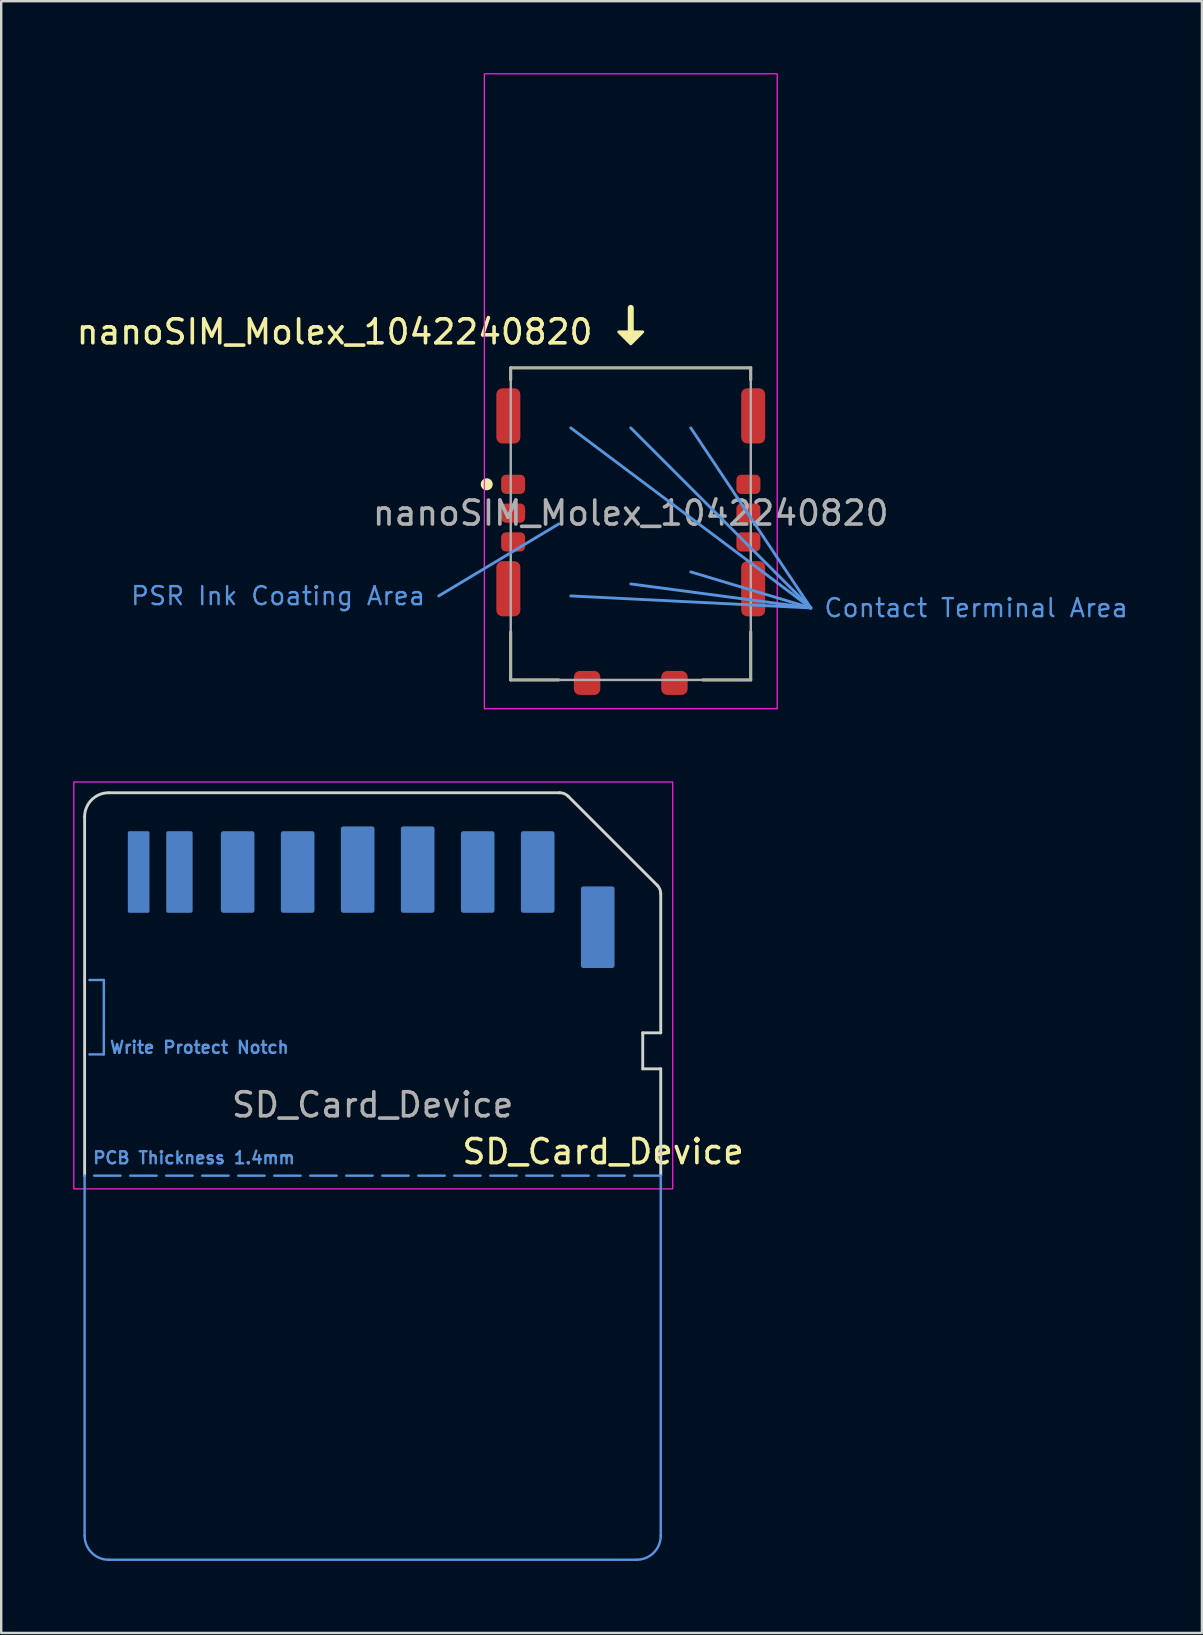
<source format=kicad_pcb>
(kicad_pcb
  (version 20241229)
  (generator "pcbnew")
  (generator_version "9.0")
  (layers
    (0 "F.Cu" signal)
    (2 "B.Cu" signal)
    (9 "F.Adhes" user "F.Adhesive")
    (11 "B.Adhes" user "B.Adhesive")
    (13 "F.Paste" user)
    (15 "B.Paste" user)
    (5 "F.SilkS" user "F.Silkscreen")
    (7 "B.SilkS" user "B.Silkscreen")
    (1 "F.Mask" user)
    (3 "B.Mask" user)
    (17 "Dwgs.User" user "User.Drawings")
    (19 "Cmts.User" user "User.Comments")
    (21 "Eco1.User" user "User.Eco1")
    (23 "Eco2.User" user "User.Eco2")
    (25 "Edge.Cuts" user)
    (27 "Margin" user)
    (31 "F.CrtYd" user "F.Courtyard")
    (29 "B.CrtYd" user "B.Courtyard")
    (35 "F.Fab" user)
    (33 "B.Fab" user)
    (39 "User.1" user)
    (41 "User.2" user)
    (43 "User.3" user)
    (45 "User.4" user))
  (footprint "nanoSIM_Molex_1042240820"
    (layer "F.Cu")
    (at 23.226 18.825)
    (property "Reference" "nanoSIM_Molex_1042240820" (at -1.5 -8.05 0) (unlocked yes) (layer "F.SilkS") (effects (font (size 1 1) (thickness 0.15)) (justify right)))
    (attr smd)
    (fp_line (start -6 -1.7) (end -6 -1.7) (stroke (width 0.5) (type solid)) (layer "F.SilkS"))
    (fp_line (start -5 -6.55) (end -5 -6.05) (stroke (width 0.12) (type solid)) (layer "F.SilkS"))
    (fp_line (start -5 4.45) (end -5 6.45) (stroke (width 0.12) (type solid)) (layer "F.SilkS"))
    (fp_line (start -5 6.45) (end -3 6.45) (stroke (width 0.12) (type solid)) (layer "F.SilkS"))
    (fp_line (start 0 -8.05) (end 0 -9.05) (stroke (width 0.25) (type solid)) (layer "F.SilkS"))
    (fp_line (start 5 -6.55) (end -5 -6.55) (stroke (width 0.12) (type solid)) (layer "F.SilkS"))
    (fp_line (start 5 -6.55) (end 5 -6.05) (stroke (width 0.12) (type solid)) (layer "F.SilkS"))
    (fp_line (start 5 4.45) (end 5 6.45) (stroke (width 0.12) (type solid)) (layer "F.SilkS"))
    (fp_line (start 5 6.45) (end 3 6.45) (stroke (width 0.12) (type solid)) (layer "F.SilkS"))
    (fp_poly (pts (xy -0.5 -8.05) (xy 0.5 -8.05) (xy 0 -7.55)) (stroke (width 0.12) (type solid)) (fill yes) (layer "F.SilkS"))
    (fp_line (start -3 -0.05) (end -8 2.95) (stroke (width 0.12) (type solid)) (layer "Cmts.User"))
    (fp_line (start 2.5 1.95) (end 7.5 3.45) (stroke (width 0.12) (type solid)) (layer "Cmts.User"))
    (fp_line (start 7.5 3.45) (end -2.5 -4.05) (stroke (width 0.12) (type solid)) (layer "Cmts.User"))
    (fp_line (start 7.5 3.45) (end -2.5 2.95) (stroke (width 0.12) (type solid)) (layer "Cmts.User"))
    (fp_line (start 7.5 3.45) (end 0 -4.05) (stroke (width 0.12) (type solid)) (layer "Cmts.User"))
    (fp_line (start 7.5 3.45) (end 0 2.45) (stroke (width 0.12) (type solid)) (layer "Cmts.User"))
    (fp_line (start 7.5 3.45) (end 2.5 -4.05) (stroke (width 0.12) (type solid)) (layer "Cmts.User"))
    (fp_rect (start 6.1 -18.8) (end -6.1 7.65) (stroke (width 0.05) (type solid)) (fill no) (layer "F.CrtYd"))
    (fp_rect (start -5 6.45) (end 5 -6.55) (stroke (width 0.1) (type solid)) (fill no) (layer "F.Fab"))
    (fp_text user "Contact Terminal Area" (at 8 3.45 0) (unlocked yes) (layer "Cmts.User") (effects (font (size 0.75 0.75) (thickness 0.1)) (justify left)))
    (fp_text user "PSR Ink Coating Area" (at -8.5 2.95 0) (unlocked yes) (layer "Cmts.User") (effects (font (size 0.75 0.75) (thickness 0.1)) (justify right)))
    (fp_text user "${REFERENCE}" (at 0 -0.5 0) (unlocked yes) (layer "F.Fab") (effects (font (size 1 1) (thickness 0.15))))
    (pad "MT" smd roundrect (at -1.82 6.575 180) (size 1.1 1) (layers "F.Cu" "F.Mask" "F.Paste") (roundrect_rratio 0.25))
    (pad "MT" smd roundrect (at 1.82 6.575 180) (size 1.1 1) (layers "F.Cu" "F.Mask" "F.Paste") (roundrect_rratio 0.25))
    (pad "S1" smd roundrect (at -4.9 -1.7 180) (size 1 0.8) (layers "F.Cu" "F.Mask" "F.Paste") (roundrect_rratio 0.25))
    (pad "S2" smd roundrect (at -4.9 -0.5 180) (size 1 0.8) (layers "F.Cu" "F.Mask" "F.Paste") (roundrect_rratio 0.25))
    (pad "S3" smd roundrect (at 4.9 -1.7 180) (size 1 0.8) (layers "F.Cu" "F.Mask" "F.Paste") (roundrect_rratio 0.25))
    (pad "S4" smd roundrect (at -4.9 0.7 180) (size 1 0.8) (layers "F.Cu" "F.Mask" "F.Paste") (roundrect_rratio 0.25))
    (pad "S5" smd roundrect (at 4.9 -0.5 180) (size 1 0.8) (layers "F.Cu" "F.Mask" "F.Paste") (roundrect_rratio 0.25))
    (pad "S6" smd roundrect (at 4.9 0.7 180) (size 1 0.8) (layers "F.Cu" "F.Mask" "F.Paste") (roundrect_rratio 0.25))
    (pad "SH" smd roundrect (at -5.1 -4.55 180) (size 1 2.3) (layers "F.Cu" "F.Mask" "F.Paste") (roundrect_rratio 0.25))
    (pad "SH" smd roundrect (at -5.1 2.65 180) (size 1 2.3) (layers "F.Cu" "F.Mask" "F.Paste") (roundrect_rratio 0.25))
    (pad "SH" smd roundrect (at 5.1 -4.55 180) (size 1 2.3) (layers "F.Cu" "F.Mask" "F.Paste") (roundrect_rratio 0.25))
    (pad "SH" smd roundrect (at 5.1 2.65 180) (size 1 2.3) (layers "F.Cu" "F.Mask" "F.Paste") (roundrect_rratio 0.25))
    (zone (net_name "") (layer "F.Cu") (hatch edge 0.508) (connect_pads) (min_thickness 0.254) (filled_areas_thickness no) (keepout (tracks not_allowed) (vias not_allowed) (pads not_allowed) (copperpour not_allowed) (footprints not_allowed)) (placement (enabled no)) (fill) (polygon (pts (xy 20.086 13.125) (xy 21.286 13.125) (xy 21.286 16.025) (xy 20.086 16.025))))
    (zone (net_name "") (layer "F.Cu") (name "SIM Contact Terminal") (hatch edge 0.508) (connect_pads) (min_thickness 0.254) (filled_areas_thickness no) (keepout (tracks not_allowed) (vias not_allowed) (pads not_allowed) (copperpour not_allowed) (footprints not_allowed)) (placement (enabled no)) (fill) (polygon (pts (xy 20.086 20.425) (xy 21.286 20.425) (xy 21.286 23.525) (xy 20.086 23.525))))
    (zone (net_name "") (layer "F.Cu") (hatch edge 0.508) (connect_pads) (min_thickness 0.254) (filled_areas_thickness no) (keepout (tracks not_allowed) (vias not_allowed) (pads not_allowed) (copperpour not_allowed) (footprints not_allowed)) (placement (enabled no)) (fill) (polygon (pts (xy 22.626 13.125) (xy 23.826 13.125) (xy 23.826 16.025) (xy 22.626 16.025))))
    (zone (net_name "") (layer "F.Cu") (name "SIM Contact Terminal") (hatch edge 0.508) (connect_pads) (min_thickness 0.254) (filled_areas_thickness no) (keepout (tracks not_allowed) (vias not_allowed) (pads not_allowed) (copperpour not_allowed) (footprints not_allowed)) (placement (enabled no)) (fill) (polygon (pts (xy 22.626 20.425) (xy 23.826 20.425) (xy 23.826 23.525) (xy 22.626 23.525))))
    (zone (net_name "") (layer "F.Cu") (hatch edge 0.508) (connect_pads) (min_thickness 0.254) (filled_areas_thickness no) (keepout (tracks not_allowed) (vias not_allowed) (pads not_allowed) (copperpour not_allowed) (footprints not_allowed)) (placement (enabled no)) (fill) (polygon (pts (xy 25.166 13.125) (xy 26.366 13.125) (xy 26.366 16.025) (xy 25.166 16.025))))
    (zone (net_name "") (layer "F.Cu") (name "SIM Contact Terminal") (hatch edge 0.508) (connect_pads) (min_thickness 0.254) (filled_areas_thickness no) (keepout (tracks not_allowed) (vias not_allowed) (pads not_allowed) (copperpour not_allowed) (footprints not_allowed)) (placement (enabled no)) (fill) (polygon (pts (xy 25.166 20.425) (xy 26.366 20.425) (xy 26.366 23.525) (xy 25.166 23.525))))
    (zone (net_name "") (layer "F.Mask") (name "PSR Ink Coating") (hatch edge 0.508) (connect_pads) (min_thickness 0.254) (filled_areas_thickness no) (keepout (tracks not_allowed) (vias not_allowed) (pads not_allowed) (copperpour not_allowed) (footprints not_allowed)) (placement (enabled no)) (fill) (polygon (pts (xy 19.226 13.124) (xy 27.226 13.124) (xy 27.226 24.625) (xy 19.226 24.625)))))
  (footprint "SD_Card_Device"
    (layer "F.Cu")
    (at 12.475 45.975)
    (property "Reference" "SD_Card_Device" (at 9.6 -1.05 0) (unlocked yes) (layer "F.SilkS") (effects (font (size 1 1) (thickness 0.15))))
    (attr exclude_from_pos_files exclude_from_bom)
    (fp_poly (pts (xy -11.9 -15.95) (xy 7.95 -15.95) (xy 11.95 -11.95) (xy 11.95 -8.65) (xy 7.65 -8.65) (xy 7.65 -10.95) (xy -11.9 -10.95)) (stroke (width 0.1) (type solid)) (fill yes) (layer "B.Mask"))
    (fp_line (start -12 14.95) (end -12 -0.05) (stroke (width 0.1) (type default)) (layer "Cmts.User"))
    (fp_line (start -11.8 -8.2) (end -11.2 -8.2) (stroke (width 0.1) (type default)) (layer "Cmts.User"))
    (fp_line (start -11.2 -8.2) (end -11.2 -5.1) (stroke (width 0.1) (type default)) (layer "Cmts.User"))
    (fp_line (start -11.2 -5.1) (end -11.8 -5.1) (stroke (width 0.1) (type default)) (layer "Cmts.User"))
    (fp_line (start 11 15.95) (end -11 15.95) (stroke (width 0.1) (type default)) (layer "Cmts.User"))
    (fp_line (start 12 -0.05) (end -12 -0.05) (stroke (width 0.1) (type dash)) (layer "Cmts.User"))
    (fp_line (start 12 -0.05) (end 12 14.95) (stroke (width 0.1) (type default)) (layer "Cmts.User"))
    (fp_arc (start -11 15.95) (mid -11.707107 15.657107) (end -12 14.95) (stroke (width 0.1) (type default)) (layer "Cmts.User"))
    (fp_arc (start 12 14.95) (mid 11.707107 15.657107) (end 11 15.95) (stroke (width 0.1) (type default)) (layer "Cmts.User"))
    (fp_line (start -12 -0.05) (end -12 -15) (stroke (width 0.12) (type default)) (layer "Edge.Cuts"))
    (fp_line (start -11 -16) (end 7.793 -16) (stroke (width 0.12) (type default)) (layer "Edge.Cuts"))
    (fp_line (start 8.146 -15.854) (end 11.854 -12.146) (stroke (width 0.12) (type default)) (layer "Edge.Cuts"))
    (fp_line (start 11.25 -6) (end 11.25 -4.5) (stroke (width 0.12) (type default)) (layer "Edge.Cuts"))
    (fp_line (start 11.25 -4.5) (end 12 -4.5) (stroke (width 0.12) (type default)) (layer "Edge.Cuts"))
    (fp_line (start 12 -11.793) (end 12 -6) (stroke (width 0.12) (type default)) (layer "Edge.Cuts"))
    (fp_line (start 12 -6) (end 11.25 -6) (stroke (width 0.12) (type default)) (layer "Edge.Cuts"))
    (fp_line (start 12 -4.5) (end 12 -0.05) (stroke (width 0.12) (type default)) (layer "Edge.Cuts"))
    (fp_arc (start -12 -15) (mid -11.707107 -15.707107) (end -11 -16) (stroke (width 0.12) (type default)) (layer "Edge.Cuts"))
    (fp_arc (start 7.792893 -16) (mid 7.984235 -15.96194) (end 8.146447 -15.853553) (stroke (width 0.12) (type default)) (layer "Edge.Cuts"))
    (fp_arc (start 11.853554 -12.146446) (mid 11.96194 -11.984234) (end 12 -11.792893) (stroke (width 0.12) (type default)) (layer "Edge.Cuts"))
    (fp_rect (start -12.45 -16.45) (end 12.5 0.5) (stroke (width 0.05) (type default)) (fill no) (layer "F.CrtYd"))
    (fp_text user "Write Protect Notch" (at -11 -5.1 0) (unlocked yes) (layer "Cmts.User") (effects (font (size 0.5 0.5) (thickness 0.1) (bold yes)) (justify left bottom)))
    (fp_text user "PCB Thickness 1.4mm" (at -11.7 -0.5 0) (unlocked yes) (layer "Cmts.User") (effects (font (size 0.5 0.5) (thickness 0.1) (bold yes)) (justify left bottom)))
    (fp_text user "${REFERENCE}" (at 0 -3 0) (unlocked yes) (layer "F.Fab") (effects (font (size 1 1) (thickness 0.15))))
    (pad "1" connect roundrect (at 6.875 -12.7) (size 1.4 3.4) (layers "B.Cu" "B.Mask") (roundrect_rratio 0.071))
    (pad "2" connect roundrect (at 4.375 -12.7) (size 1.4 3.4) (layers "B.Cu" "B.Mask") (roundrect_rratio 0.071))
    (pad "3" connect roundrect (at 1.875 -12.8) (size 1.4 3.6) (layers "B.Cu" "B.Mask") (roundrect_rratio 0.071))
    (pad "4" connect roundrect (at -0.625 -12.8) (size 1.4 3.6) (layers "B.Cu" "B.Mask") (roundrect_rratio 0.071))
    (pad "5" connect roundrect (at -3.125 -12.7) (size 1.4 3.4) (layers "B.Cu" "B.Mask") (roundrect_rratio 0.071))
    (pad "6" connect roundrect (at -5.625 -12.7) (size 1.4 3.4) (layers "B.Cu" "B.Mask") (roundrect_rratio 0.071))
    (pad "7" connect roundrect (at -8.05 -12.7) (size 1.1 3.4) (layers "B.Cu" "B.Mask") (roundrect_rratio 0.071))
    (pad "8" connect roundrect (at -9.75 -12.7) (size 0.9 3.4) (layers "B.Cu" "B.Mask") (roundrect_rratio 0.071))
    (pad "9" connect roundrect (at 9.375 -10.4) (size 1.4 3.4) (layers "B.Cu" "B.Mask") (roundrect_rratio 0.071)))
  (gr_rect
    (start -3 -3)
    (end 47.019 64.975)
    (stroke (width 0.1) (type default))
    (fill no)
    (layer "Edge.Cuts")))
</source>
